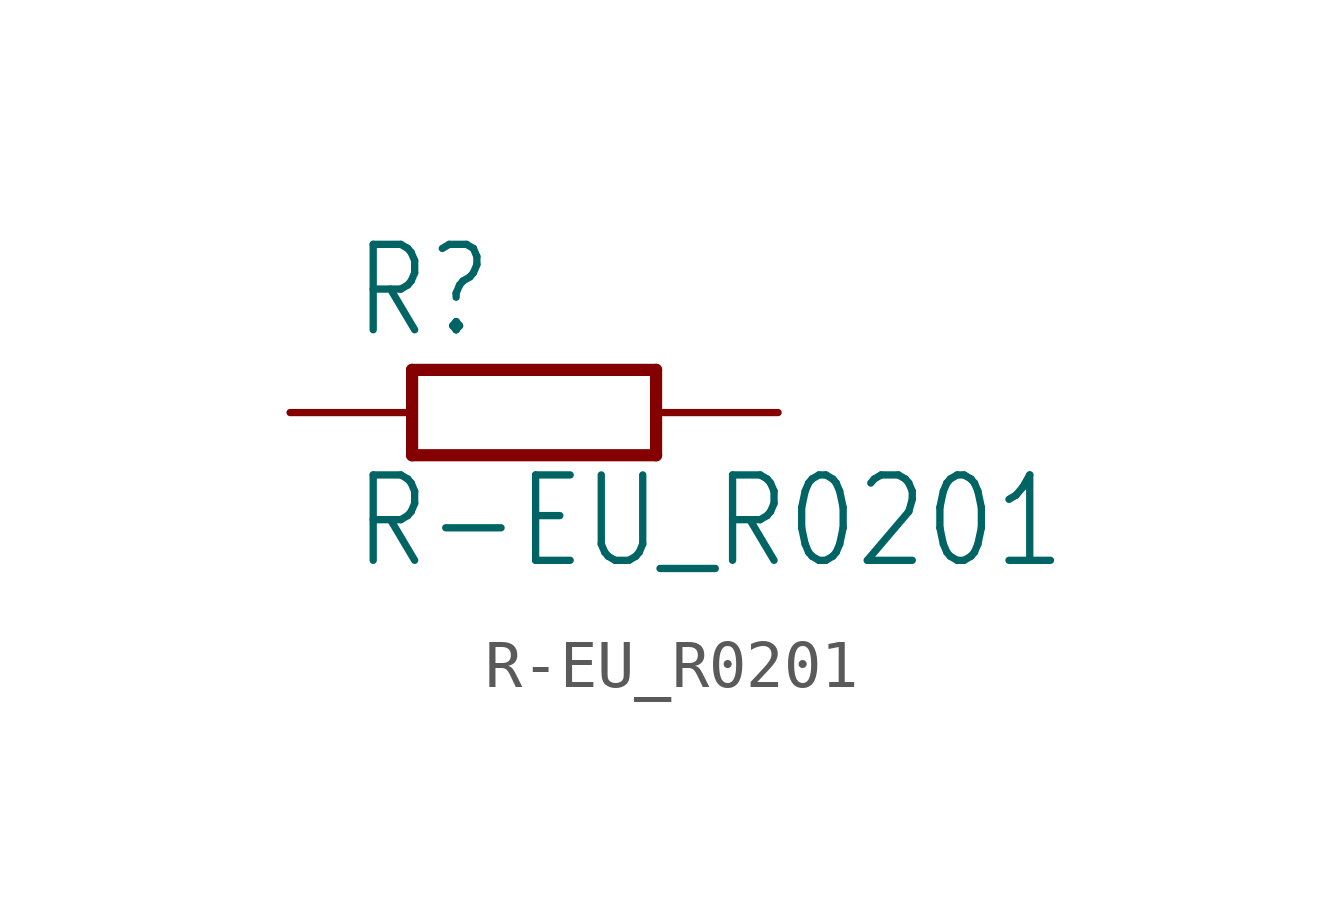
<source format=kicad_sym>
(kicad_symbol_lib
  (version 20211014)
  (generator kicad_symbol_editor)
  (symbol "R-EU_R0201"
    (property "Reference" "R"
      (at -3.81 1.499 0)
      (effects (font (size 1.778 1.511)) (justify left bottom)))
    (property "Value" "R-EU_R0201"
      (at -3.81 -3.302 0)
      (effects (font (size 1.778 1.511)) (justify left bottom)))
    (property "ki_locked" ""
      (at 0 0 0)
      (effects (font (size 1.27 1.27))))
    (symbol "R-EU_R0201_1_0"
      (polyline (pts (xy -2.54 -0.889) (xy -2.54 0.889)) (stroke (width 0.254) (type default) (color 0 0 0 0)) (fill (type none)))
      (polyline (pts (xy -2.54 -0.889) (xy 2.54 -0.889)) (stroke (width 0.254) (type default) (color 0 0 0 0)) (fill (type none)))
      (polyline (pts (xy 2.54 -0.889) (xy 2.54 0.889)) (stroke (width 0.254) (type default) (color 0 0 0 0)) (fill (type none)))
      (polyline (pts (xy 2.54 0.889) (xy -2.54 0.889)) (stroke (width 0.254) (type default) (color 0 0 0 0)) (fill (type none)))
      (pin passive line (at -5.08 0 0) (length 2.54) (name "1" (effects (font (size 0 0)))) (number "1" (effects (font (size 0 0)))))
      (pin passive line (at 5.08 0 180) (length 2.54) (name "2" (effects (font (size 0 0)))) (number "2" (effects (font (size 0 0))))))))
</source>
